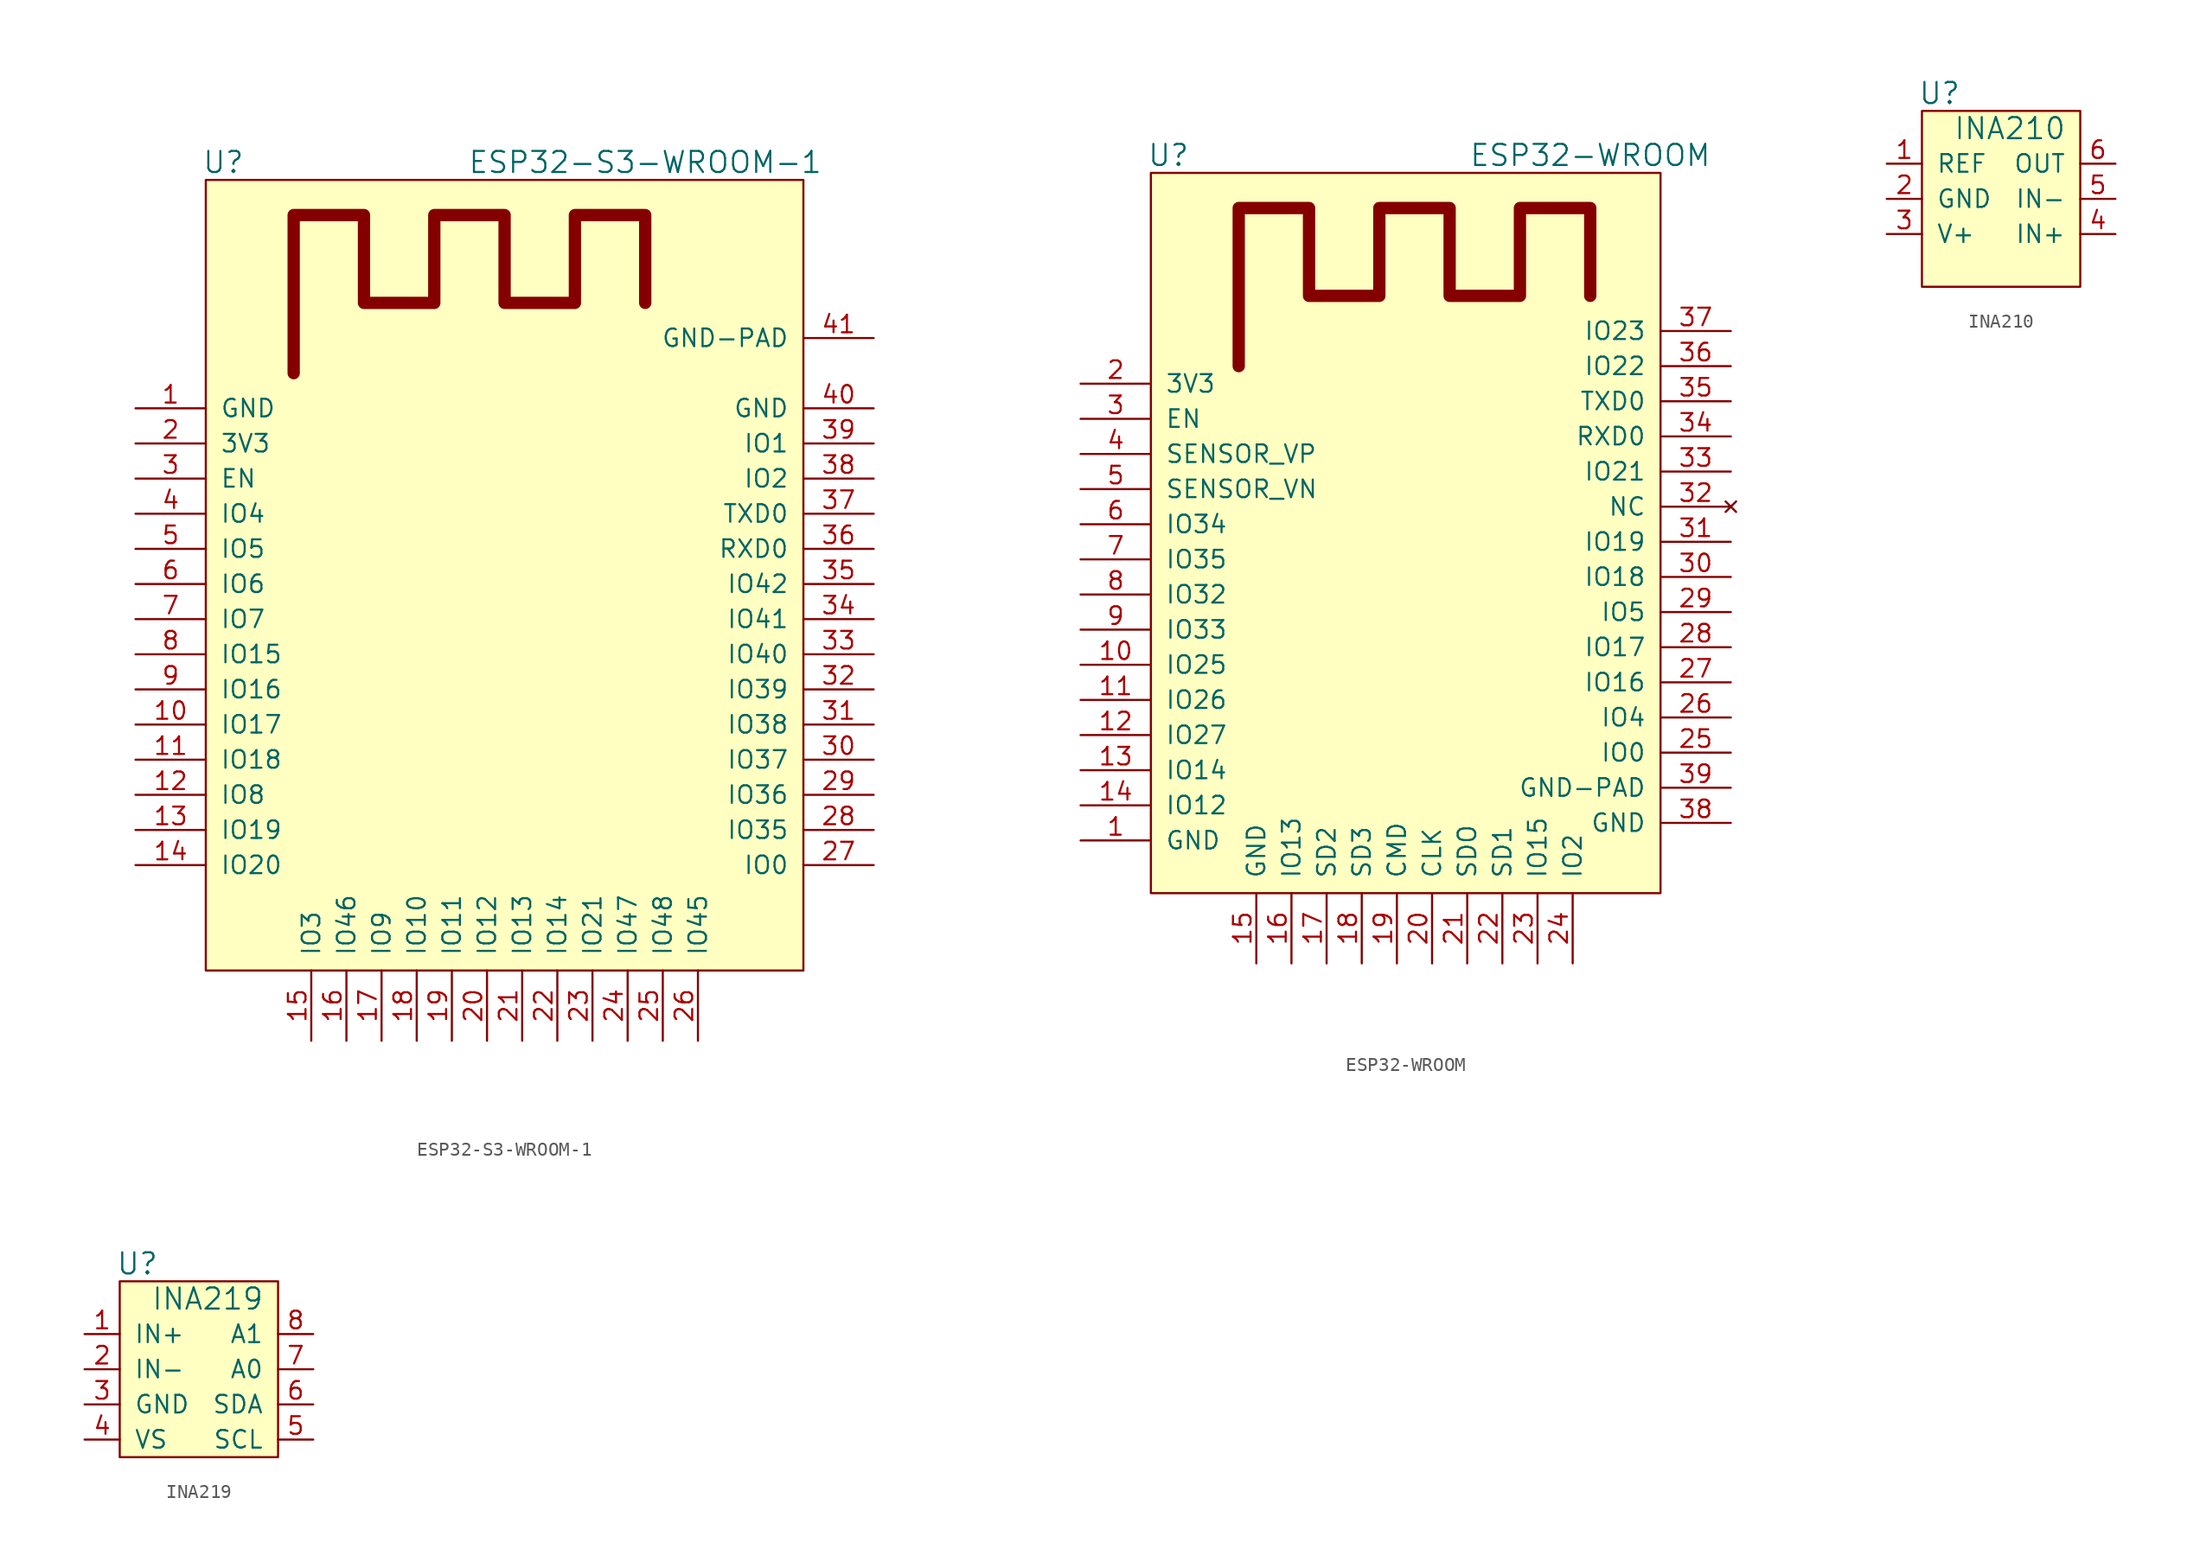
<source format=kicad_sym>
(kicad_symbol_lib
  (version 20231120)
  (generator "kicad_symbol_editor")
  (generator_version "8.0")
  (symbol "ESP32-S3-WROOM-1"
    (pin_names
      (offset 1.016))
    (property "Reference" "U"
      (at -20.32 33.02 0)
      (effects (font (size 1.524 1.524))))
    (property "Value" "ESP32-S3-WROOM-1"
      (at 10.16 33.02 0)
      (effects (font (size 1.524 1.524))))
    (symbol "ESP32-S3-WROOM-1_0_1"
      (rectangle (start -21.59 31.75) (end 21.59 -25.4) (stroke (width 0) (type default)) (fill (type background)))
      (polyline (pts (xy -15.24 17.78) (xy -15.24 29.21) (xy -10.16 29.21) (xy -10.16 22.86) (xy -5.08 22.86) (xy -5.08 29.21) (xy 0 29.21) (xy 0 22.86) (xy 5.08 22.86) (xy 5.08 29.21) (xy 10.16 29.21) (xy 10.16 22.86)) (stroke (width 0.889) (type default)) (fill (type none))))
    (symbol "ESP32-S3-WROOM-1_1_1"
      (pin power_in line (at -26.67 15.24 0) (length 5.08) (name "GND" (effects (font (size 1.27 1.27)))) (number "1" (effects (font (size 1.27 1.27)))))
      (pin bidirectional line (at -26.67 -7.62 0) (length 5.08) (name "IO17" (effects (font (size 1.27 1.27)))) (number "10" (effects (font (size 1.27 1.27)))))
      (pin bidirectional line (at -26.67 -10.16 0) (length 5.08) (name "IO18" (effects (font (size 1.27 1.27)))) (number "11" (effects (font (size 1.27 1.27)))))
      (pin bidirectional line (at -26.67 -12.7 0) (length 5.08) (name "IO8" (effects (font (size 1.27 1.27)))) (number "12" (effects (font (size 1.27 1.27)))))
      (pin bidirectional line (at -26.67 -15.24 0) (length 5.08) (name "IO19" (effects (font (size 1.27 1.27)))) (number "13" (effects (font (size 1.27 1.27)))))
      (pin bidirectional line (at -26.67 -17.78 0) (length 5.08) (name "IO20" (effects (font (size 1.27 1.27)))) (number "14" (effects (font (size 1.27 1.27)))))
      (pin bidirectional line (at -13.97 -30.48 90) (length 5.08) (name "IO3" (effects (font (size 1.27 1.27)))) (number "15" (effects (font (size 1.27 1.27)))))
      (pin bidirectional line (at -11.43 -30.48 90) (length 5.08) (name "IO46" (effects (font (size 1.27 1.27)))) (number "16" (effects (font (size 1.27 1.27)))))
      (pin bidirectional line (at -8.89 -30.48 90) (length 5.08) (name "IO9" (effects (font (size 1.27 1.27)))) (number "17" (effects (font (size 1.27 1.27)))))
      (pin bidirectional line (at -6.35 -30.48 90) (length 5.08) (name "IO10" (effects (font (size 1.27 1.27)))) (number "18" (effects (font (size 1.27 1.27)))))
      (pin bidirectional line (at -3.81 -30.48 90) (length 5.08) (name "IO11" (effects (font (size 1.27 1.27)))) (number "19" (effects (font (size 1.27 1.27)))))
      (pin power_in line (at -26.67 12.7 0) (length 5.08) (name "3V3" (effects (font (size 1.27 1.27)))) (number "2" (effects (font (size 1.27 1.27)))))
      (pin bidirectional line (at -1.27 -30.48 90) (length 5.08) (name "IO12" (effects (font (size 1.27 1.27)))) (number "20" (effects (font (size 1.27 1.27)))))
      (pin bidirectional line (at 1.27 -30.48 90) (length 5.08) (name "IO13" (effects (font (size 1.27 1.27)))) (number "21" (effects (font (size 1.27 1.27)))))
      (pin bidirectional line (at 3.81 -30.48 90) (length 5.08) (name "IO14" (effects (font (size 1.27 1.27)))) (number "22" (effects (font (size 1.27 1.27)))))
      (pin bidirectional line (at 6.35 -30.48 90) (length 5.08) (name "IO21" (effects (font (size 1.27 1.27)))) (number "23" (effects (font (size 1.27 1.27)))))
      (pin bidirectional line (at 8.89 -30.48 90) (length 5.08) (name "IO47" (effects (font (size 1.27 1.27)))) (number "24" (effects (font (size 1.27 1.27)))))
      (pin bidirectional line (at 11.43 -30.48 90) (length 5.08) (name "IO48" (effects (font (size 1.27 1.27)))) (number "25" (effects (font (size 1.27 1.27)))))
      (pin bidirectional line (at 13.97 -30.48 90) (length 5.08) (name "IO45" (effects (font (size 1.27 1.27)))) (number "26" (effects (font (size 1.27 1.27)))))
      (pin bidirectional line (at 26.67 -17.78 180) (length 5.08) (name "IO0" (effects (font (size 1.27 1.27)))) (number "27" (effects (font (size 1.27 1.27)))))
      (pin bidirectional line (at 26.67 -15.24 180) (length 5.08) (name "IO35" (effects (font (size 1.27 1.27)))) (number "28" (effects (font (size 1.27 1.27)))))
      (pin bidirectional line (at 26.67 -12.7 180) (length 5.08) (name "IO36" (effects (font (size 1.27 1.27)))) (number "29" (effects (font (size 1.27 1.27)))))
      (pin input line (at -26.67 10.16 0) (length 5.08) (name "EN" (effects (font (size 1.27 1.27)))) (number "3" (effects (font (size 1.27 1.27)))))
      (pin bidirectional line (at 26.67 -10.16 180) (length 5.08) (name "IO37" (effects (font (size 1.27 1.27)))) (number "30" (effects (font (size 1.27 1.27)))))
      (pin bidirectional line (at 26.67 -7.62 180) (length 5.08) (name "IO38" (effects (font (size 1.27 1.27)))) (number "31" (effects (font (size 1.27 1.27)))))
      (pin bidirectional line (at 26.67 -5.08 180) (length 5.08) (name "IO39" (effects (font (size 1.27 1.27)))) (number "32" (effects (font (size 1.27 1.27)))))
      (pin bidirectional line (at 26.67 -2.54 180) (length 5.08) (name "IO40" (effects (font (size 1.27 1.27)))) (number "33" (effects (font (size 1.27 1.27)))))
      (pin bidirectional line (at 26.67 0 180) (length 5.08) (name "IO41" (effects (font (size 1.27 1.27)))) (number "34" (effects (font (size 1.27 1.27)))))
      (pin bidirectional line (at 26.67 2.54 180) (length 5.08) (name "IO42" (effects (font (size 1.27 1.27)))) (number "35" (effects (font (size 1.27 1.27)))))
      (pin bidirectional line (at 26.67 5.08 180) (length 5.08) (name "RXD0" (effects (font (size 1.27 1.27)))) (number "36" (effects (font (size 1.27 1.27)))))
      (pin bidirectional line (at 26.67 7.62 180) (length 5.08) (name "TXD0" (effects (font (size 1.27 1.27)))) (number "37" (effects (font (size 1.27 1.27)))))
      (pin bidirectional line (at 26.67 10.16 180) (length 5.08) (name "IO2" (effects (font (size 1.27 1.27)))) (number "38" (effects (font (size 1.27 1.27)))))
      (pin bidirectional line (at 26.67 12.7 180) (length 5.08) (name "IO1" (effects (font (size 1.27 1.27)))) (number "39" (effects (font (size 1.27 1.27)))))
      (pin bidirectional line (at -26.67 7.62 0) (length 5.08) (name "IO4" (effects (font (size 1.27 1.27)))) (number "4" (effects (font (size 1.27 1.27)))))
      (pin power_in line (at 26.67 15.24 180) (length 5.08) (name "GND" (effects (font (size 1.27 1.27)))) (number "40" (effects (font (size 1.27 1.27)))))
      (pin power_in line (at 26.67 20.32 180) (length 5.08) (name "GND-PAD" (effects (font (size 1.27 1.27)))) (number "41" (effects (font (size 1.27 1.27)))))
      (pin bidirectional line (at -26.67 5.08 0) (length 5.08) (name "IO5" (effects (font (size 1.27 1.27)))) (number "5" (effects (font (size 1.27 1.27)))))
      (pin bidirectional line (at -26.67 2.54 0) (length 5.08) (name "IO6" (effects (font (size 1.27 1.27)))) (number "6" (effects (font (size 1.27 1.27)))))
      (pin bidirectional line (at -26.67 0 0) (length 5.08) (name "IO7" (effects (font (size 1.27 1.27)))) (number "7" (effects (font (size 1.27 1.27)))))
      (pin bidirectional line (at -26.67 -2.54 0) (length 5.08) (name "IO15" (effects (font (size 1.27 1.27)))) (number "8" (effects (font (size 1.27 1.27)))))
      (pin bidirectional line (at -26.67 -5.08 0) (length 5.08) (name "IO16" (effects (font (size 1.27 1.27)))) (number "9" (effects (font (size 1.27 1.27)))))))
  (symbol "ESP32-WROOM"
    (pin_names
      (offset 1.016))
    (property "Reference" "U"
      (at -17.78 31.75 0)
      (effects (font (size 1.524 1.524))))
    (property "Value" "ESP32-WROOM"
      (at 12.7 31.75 0)
      (effects (font (size 1.524 1.524))))
    (symbol "ESP32-WROOM_0_1"
      (rectangle (start -19.05 30.48) (end 17.78 -21.59) (stroke (width 0) (type default)) (fill (type background)))
      (polyline (pts (xy -12.7 16.51) (xy -12.7 27.94) (xy -7.62 27.94) (xy -7.62 21.59) (xy -2.54 21.59) (xy -2.54 27.94) (xy 2.54 27.94) (xy 2.54 21.59) (xy 7.62 21.59) (xy 7.62 27.94) (xy 12.7 27.94) (xy 12.7 21.59)) (stroke (width 0.889) (type default)) (fill (type none))))
    (symbol "ESP32-WROOM_1_1"
      (pin power_out line (at -24.13 -17.78 0) (length 5.08) (name "GND" (effects (font (size 1.27 1.27)))) (number "1" (effects (font (size 1.27 1.27)))))
      (pin bidirectional line (at -24.13 -5.08 0) (length 5.08) (name "IO25" (effects (font (size 1.27 1.27)))) (number "10" (effects (font (size 1.27 1.27)))))
      (pin bidirectional line (at -24.13 -7.62 0) (length 5.08) (name "IO26" (effects (font (size 1.27 1.27)))) (number "11" (effects (font (size 1.27 1.27)))))
      (pin bidirectional line (at -24.13 -10.16 0) (length 5.08) (name "IO27" (effects (font (size 1.27 1.27)))) (number "12" (effects (font (size 1.27 1.27)))))
      (pin bidirectional line (at -24.13 -12.7 0) (length 5.08) (name "IO14" (effects (font (size 1.27 1.27)))) (number "13" (effects (font (size 1.27 1.27)))))
      (pin bidirectional line (at -24.13 -15.24 0) (length 5.08) (name "IO12" (effects (font (size 1.27 1.27)))) (number "14" (effects (font (size 1.27 1.27)))))
      (pin power_in line (at -11.43 -26.67 90) (length 5.08) (name "GND" (effects (font (size 1.27 1.27)))) (number "15" (effects (font (size 1.27 1.27)))))
      (pin bidirectional line (at -8.89 -26.67 90) (length 5.08) (name "IO13" (effects (font (size 1.27 1.27)))) (number "16" (effects (font (size 1.27 1.27)))))
      (pin bidirectional line (at -6.35 -26.67 90) (length 5.08) (name "SD2" (effects (font (size 1.27 1.27)))) (number "17" (effects (font (size 1.27 1.27)))))
      (pin bidirectional line (at -3.81 -26.67 90) (length 5.08) (name "SD3" (effects (font (size 1.27 1.27)))) (number "18" (effects (font (size 1.27 1.27)))))
      (pin bidirectional line (at -1.27 -26.67 90) (length 5.08) (name "CMD" (effects (font (size 1.27 1.27)))) (number "19" (effects (font (size 1.27 1.27)))))
      (pin power_in line (at -24.13 15.24 0) (length 5.08) (name "3V3" (effects (font (size 1.27 1.27)))) (number "2" (effects (font (size 1.27 1.27)))))
      (pin input line (at 1.27 -26.67 90) (length 5.08) (name "CLK" (effects (font (size 1.27 1.27)))) (number "20" (effects (font (size 1.27 1.27)))))
      (pin bidirectional line (at 3.81 -26.67 90) (length 5.08) (name "SDO" (effects (font (size 1.27 1.27)))) (number "21" (effects (font (size 1.27 1.27)))))
      (pin bidirectional line (at 6.35 -26.67 90) (length 5.08) (name "SD1" (effects (font (size 1.27 1.27)))) (number "22" (effects (font (size 1.27 1.27)))))
      (pin bidirectional line (at 8.89 -26.67 90) (length 5.08) (name "IO15" (effects (font (size 1.27 1.27)))) (number "23" (effects (font (size 1.27 1.27)))))
      (pin bidirectional line (at 11.43 -26.67 90) (length 5.08) (name "IO2" (effects (font (size 1.27 1.27)))) (number "24" (effects (font (size 1.27 1.27)))))
      (pin bidirectional line (at 22.86 -11.43 180) (length 5.08) (name "IO0" (effects (font (size 1.27 1.27)))) (number "25" (effects (font (size 1.27 1.27)))))
      (pin input line (at 22.86 -8.89 180) (length 5.08) (name "IO4" (effects (font (size 1.27 1.27)))) (number "26" (effects (font (size 1.27 1.27)))))
      (pin bidirectional line (at 22.86 -6.35 180) (length 5.08) (name "IO16" (effects (font (size 1.27 1.27)))) (number "27" (effects (font (size 1.27 1.27)))))
      (pin bidirectional line (at 22.86 -3.81 180) (length 5.08) (name "IO17" (effects (font (size 1.27 1.27)))) (number "28" (effects (font (size 1.27 1.27)))))
      (pin bidirectional line (at 22.86 -1.27 180) (length 5.08) (name "IO5" (effects (font (size 1.27 1.27)))) (number "29" (effects (font (size 1.27 1.27)))))
      (pin input line (at -24.13 12.7 0) (length 5.08) (name "EN" (effects (font (size 1.27 1.27)))) (number "3" (effects (font (size 1.27 1.27)))))
      (pin input line (at 22.86 1.27 180) (length 5.08) (name "IO18" (effects (font (size 1.27 1.27)))) (number "30" (effects (font (size 1.27 1.27)))))
      (pin bidirectional line (at 22.86 3.81 180) (length 5.08) (name "IO19" (effects (font (size 1.27 1.27)))) (number "31" (effects (font (size 1.27 1.27)))))
      (pin no_connect line (at 22.86 6.35 180) (length 5.08) (name "NC" (effects (font (size 1.27 1.27)))) (number "32" (effects (font (size 1.27 1.27)))))
      (pin bidirectional line (at 22.86 8.89 180) (length 5.08) (name "IO21" (effects (font (size 1.27 1.27)))) (number "33" (effects (font (size 1.27 1.27)))))
      (pin bidirectional line (at 22.86 11.43 180) (length 5.08) (name "RXD0" (effects (font (size 1.27 1.27)))) (number "34" (effects (font (size 1.27 1.27)))))
      (pin bidirectional line (at 22.86 13.97 180) (length 5.08) (name "TXD0" (effects (font (size 1.27 1.27)))) (number "35" (effects (font (size 1.27 1.27)))))
      (pin bidirectional line (at 22.86 16.51 180) (length 5.08) (name "IO22" (effects (font (size 1.27 1.27)))) (number "36" (effects (font (size 1.27 1.27)))))
      (pin bidirectional line (at 22.86 19.05 180) (length 5.08) (name "IO23" (effects (font (size 1.27 1.27)))) (number "37" (effects (font (size 1.27 1.27)))))
      (pin power_in line (at 22.86 -16.51 180) (length 5.08) (name "GND" (effects (font (size 1.27 1.27)))) (number "38" (effects (font (size 1.27 1.27)))))
      (pin power_in line (at 22.86 -13.97 180) (length 5.08) (name "GND-PAD" (effects (font (size 1.27 1.27)))) (number "39" (effects (font (size 1.27 1.27)))))
      (pin input line (at -24.13 10.16 0) (length 5.08) (name "SENSOR_VP" (effects (font (size 1.27 1.27)))) (number "4" (effects (font (size 1.27 1.27)))))
      (pin input line (at -24.13 7.62 0) (length 5.08) (name "SENSOR_VN" (effects (font (size 1.27 1.27)))) (number "5" (effects (font (size 1.27 1.27)))))
      (pin bidirectional line (at -24.13 5.08 0) (length 5.08) (name "IO34" (effects (font (size 1.27 1.27)))) (number "6" (effects (font (size 1.27 1.27)))))
      (pin bidirectional line (at -24.13 2.54 0) (length 5.08) (name "IO35" (effects (font (size 1.27 1.27)))) (number "7" (effects (font (size 1.27 1.27)))))
      (pin bidirectional line (at -24.13 0 0) (length 5.08) (name "IO32" (effects (font (size 1.27 1.27)))) (number "8" (effects (font (size 1.27 1.27)))))
      (pin bidirectional line (at -24.13 -2.54 0) (length 5.08) (name "IO33" (effects (font (size 1.27 1.27)))) (number "9" (effects (font (size 1.27 1.27)))))))
  (symbol "INA210"
    (pin_names
      (offset 1.016))
    (property "Reference" "U"
      (at 2.54 7.62 0)
      (effects (font (size 1.524 1.524))))
    (property "Value" "INA210"
      (at 7.62 5.08 0)
      (effects (font (size 1.524 1.524))))
    (symbol "INA210_0_1"
      (rectangle (start 1.27 6.35) (end 12.7 -6.35) (stroke (width 0) (type default)) (fill (type background))))
    (symbol "INA210_1_1"
      (pin input line (at -1.27 2.54 0) (length 2.54) (name "REF" (effects (font (size 1.27 1.27)))) (number "1" (effects (font (size 1.27 1.27)))))
      (pin power_in line (at -1.27 0 0) (length 2.54) (name "GND" (effects (font (size 1.27 1.27)))) (number "2" (effects (font (size 1.27 1.27)))))
      (pin power_in line (at -1.27 -2.54 0) (length 2.54) (name "V+" (effects (font (size 1.27 1.27)))) (number "3" (effects (font (size 1.27 1.27)))))
      (pin input line (at 15.24 -2.54 180) (length 2.54) (name "IN+" (effects (font (size 1.27 1.27)))) (number "4" (effects (font (size 1.27 1.27)))))
      (pin input line (at 15.24 0 180) (length 2.54) (name "IN-" (effects (font (size 1.27 1.27)))) (number "5" (effects (font (size 1.27 1.27)))))
      (pin output line (at 15.24 2.54 180) (length 2.54) (name "OUT" (effects (font (size 1.27 1.27)))) (number "6" (effects (font (size 1.27 1.27)))))))
  (symbol "INA219"
    (pin_names
      (offset 1.016))
    (property "Reference" "U"
      (at 2.54 7.62 0)
      (effects (font (size 1.524 1.524))))
    (property "Value" "INA219"
      (at 7.62 5.08 0)
      (effects (font (size 1.524 1.524))))
    (symbol "INA219_0_1"
      (rectangle (start 1.27 6.35) (end 12.7 -6.35) (stroke (width 0) (type default)) (fill (type background))))
    (symbol "INA219_1_1"
      (pin input line (at -1.27 2.54 0) (length 2.54) (name "IN+" (effects (font (size 1.27 1.27)))) (number "1" (effects (font (size 1.27 1.27)))))
      (pin input line (at -1.27 0 0) (length 2.54) (name "IN-" (effects (font (size 1.27 1.27)))) (number "2" (effects (font (size 1.27 1.27)))))
      (pin input line (at -1.27 -2.54 0) (length 2.54) (name "GND" (effects (font (size 1.27 1.27)))) (number "3" (effects (font (size 1.27 1.27)))))
      (pin input line (at -1.27 -5.08 0) (length 2.54) (name "VS" (effects (font (size 1.27 1.27)))) (number "4" (effects (font (size 1.27 1.27)))))
      (pin input line (at 15.24 -5.08 180) (length 2.54) (name "SCL" (effects (font (size 1.27 1.27)))) (number "5" (effects (font (size 1.27 1.27)))))
      (pin input line (at 15.24 -2.54 180) (length 2.54) (name "SDA" (effects (font (size 1.27 1.27)))) (number "6" (effects (font (size 1.27 1.27)))))
      (pin input line (at 15.24 0 180) (length 2.54) (name "A0" (effects (font (size 1.27 1.27)))) (number "7" (effects (font (size 1.27 1.27)))))
      (pin input line (at 15.24 2.54 180) (length 2.54) (name "A1" (effects (font (size 1.27 1.27)))) (number "8" (effects (font (size 1.27 1.27))))))))
</source>
